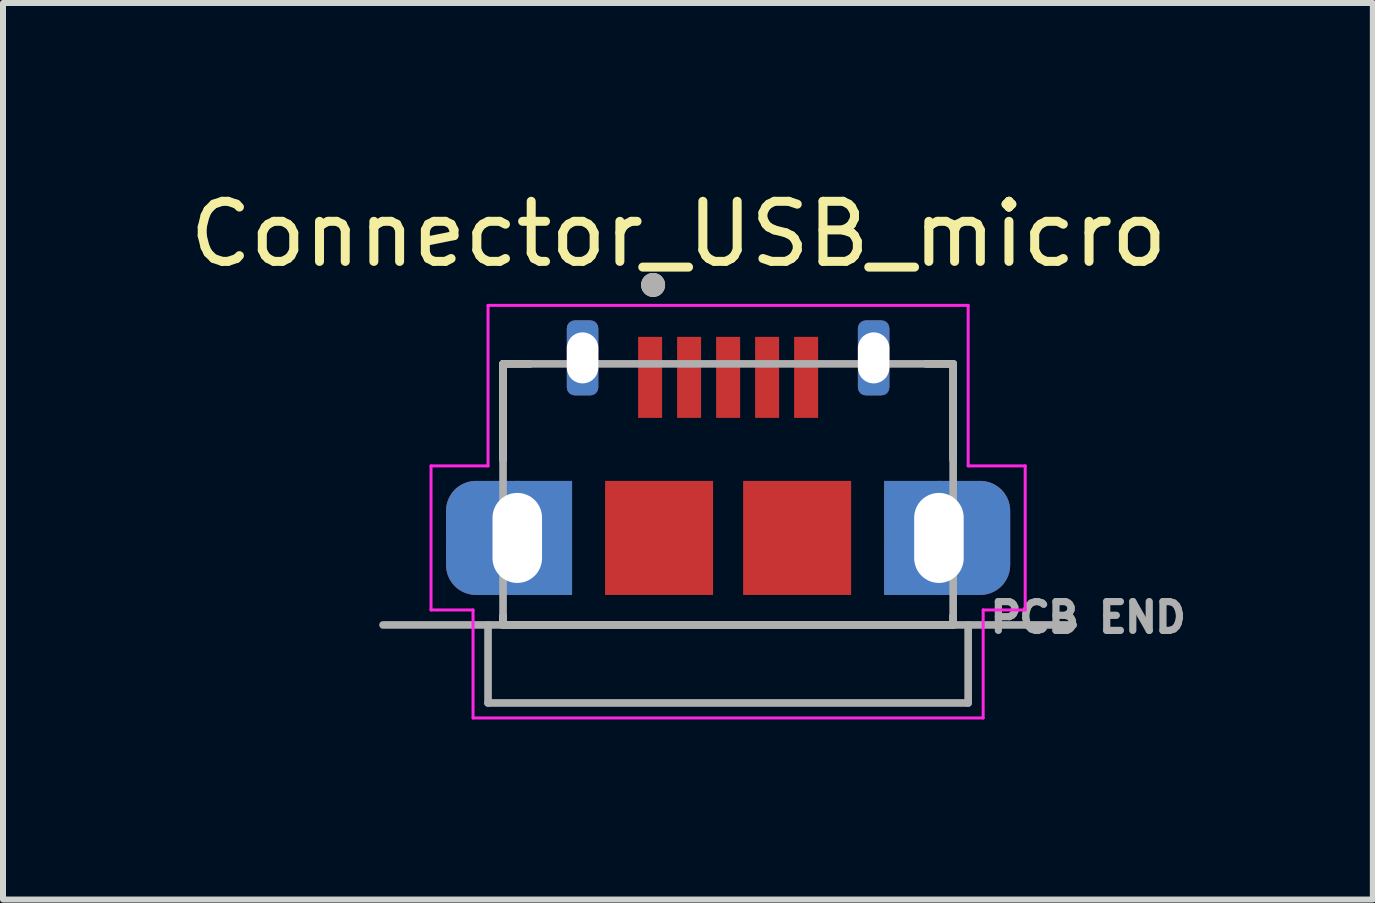
<source format=kicad_pcb>
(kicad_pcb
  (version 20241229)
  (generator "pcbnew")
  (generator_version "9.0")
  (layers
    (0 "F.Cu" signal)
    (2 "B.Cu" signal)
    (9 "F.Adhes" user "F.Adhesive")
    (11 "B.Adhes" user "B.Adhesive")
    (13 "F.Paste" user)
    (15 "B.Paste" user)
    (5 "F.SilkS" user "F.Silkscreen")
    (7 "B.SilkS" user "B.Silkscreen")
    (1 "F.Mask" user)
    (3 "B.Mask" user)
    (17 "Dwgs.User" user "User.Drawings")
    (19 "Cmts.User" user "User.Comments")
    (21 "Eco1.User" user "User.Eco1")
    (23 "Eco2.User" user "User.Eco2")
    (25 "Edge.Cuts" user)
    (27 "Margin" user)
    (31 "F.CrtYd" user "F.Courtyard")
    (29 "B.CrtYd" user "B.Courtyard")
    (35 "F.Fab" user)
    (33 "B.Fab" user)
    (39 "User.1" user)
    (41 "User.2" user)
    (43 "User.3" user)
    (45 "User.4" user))
  (footprint "Connector_USB_micro"
    (layer "F.Cu")
    (at 9.082 5.838)
    (property "Reference" "Connector_USB_micro" (at -0.826 -4.988 0) (layer "F.SilkS") (effects (font (size 1.001 1.001) (thickness 0.15))))
    (attr smd)
    (fp_poly (pts (xy -3.1 0.075) (xy -2.6 0.075) (xy -2.6 1.025) (xy -4.2 1.025) (xy -4.226 1.024) (xy -4.252 1.022) (xy -4.278 1.019) (xy -4.304 1.014) (xy -4.329 1.008) (xy -4.355 1.001) (xy -4.379 0.992) (xy -4.403 0.982) (xy -4.427 0.971) (xy -4.45 0.958) (xy -4.472 0.944) (xy -4.494 0.93) (xy -4.515 0.914) (xy -4.535 0.897) (xy -4.554 0.879) (xy -4.572 0.86) (xy -4.589 0.84) (xy -4.605 0.819) (xy -4.619 0.797) (xy -4.633 0.775) (xy -4.646 0.752) (xy -4.657 0.728) (xy -4.667 0.704) (xy -4.676 0.68) (xy -4.683 0.654) (xy -4.689 0.629) (xy -4.694 0.603) (xy -4.697 0.577) (xy -4.699 0.551) (xy -4.7 0.525) (xy -4.7 0.075) (xy -3.925 0.075) (xy -3.925 0.55) (xy -3.925 0.564) (xy -3.923 0.579) (xy -3.922 0.593) (xy -3.919 0.607) (xy -3.916 0.621) (xy -3.912 0.635) (xy -3.907 0.649) (xy -3.901 0.662) (xy -3.895 0.675) (xy -3.888 0.688) (xy -3.881 0.7) (xy -3.872 0.712) (xy -3.864 0.723) (xy -3.854 0.734) (xy -3.844 0.744) (xy -3.834 0.754) (xy -3.823 0.764) (xy -3.812 0.772) (xy -3.8 0.781) (xy -3.787 0.788) (xy -3.775 0.795) (xy -3.762 0.801) (xy -3.749 0.807) (xy -3.735 0.812) (xy -3.721 0.816) (xy -3.707 0.819) (xy -3.693 0.822) (xy -3.679 0.823) (xy -3.664 0.825) (xy -3.65 0.825) (xy -3.4 0.825) (xy -3.384 0.825) (xy -3.369 0.823) (xy -3.353 0.821) (xy -3.338 0.818) (xy -3.322 0.815) (xy -3.307 0.81) (xy -3.292 0.805) (xy -3.278 0.799) (xy -3.264 0.792) (xy -3.25 0.785) (xy -3.237 0.777) (xy -3.224 0.768) (xy -3.211 0.758) (xy -3.199 0.748) (xy -3.188 0.737) (xy -3.177 0.726) (xy -3.167 0.714) (xy -3.157 0.701) (xy -3.148 0.688) (xy -3.14 0.675) (xy -3.133 0.661) (xy -3.126 0.647) (xy -3.12 0.633) (xy -3.115 0.618) (xy -3.11 0.603) (xy -3.107 0.587) (xy -3.104 0.572) (xy -3.102 0.556) (xy -3.1 0.541) (xy -3.1 0.525) (xy -3.1 0.075)) (stroke (width 0.0001) (type solid)) (fill yes) (layer "F.Cu"))
    (fp_poly (pts (xy -2.6 -0.875) (xy -4.2 -0.875) (xy -4.226 -0.874) (xy -4.252 -0.872) (xy -4.278 -0.869) (xy -4.304 -0.864) (xy -4.329 -0.858) (xy -4.355 -0.851) (xy -4.379 -0.842) (xy -4.403 -0.832) (xy -4.427 -0.821) (xy -4.45 -0.808) (xy -4.472 -0.794) (xy -4.494 -0.78) (xy -4.515 -0.764) (xy -4.535 -0.747) (xy -4.554 -0.729) (xy -4.572 -0.71) (xy -4.589 -0.69) (xy -4.605 -0.669) (xy -4.619 -0.647) (xy -4.633 -0.625) (xy -4.646 -0.602) (xy -4.657 -0.578) (xy -4.667 -0.554) (xy -4.676 -0.53) (xy -4.683 -0.504) (xy -4.689 -0.479) (xy -4.694 -0.453) (xy -4.697 -0.427) (xy -4.699 -0.401) (xy -4.7 -0.375) (xy -4.7 0.075) (xy -3.925 0.075) (xy -3.925 -0.375) (xy -3.925 -0.391) (xy -3.923 -0.406) (xy -3.921 -0.422) (xy -3.918 -0.437) (xy -3.915 -0.453) (xy -3.91 -0.468) (xy -3.905 -0.483) (xy -3.899 -0.497) (xy -3.892 -0.511) (xy -3.885 -0.525) (xy -3.877 -0.538) (xy -3.868 -0.551) (xy -3.858 -0.564) (xy -3.848 -0.576) (xy -3.837 -0.587) (xy -3.826 -0.598) (xy -3.814 -0.608) (xy -3.801 -0.618) (xy -3.788 -0.627) (xy -3.775 -0.635) (xy -3.761 -0.642) (xy -3.747 -0.649) (xy -3.733 -0.655) (xy -3.718 -0.66) (xy -3.703 -0.665) (xy -3.687 -0.668) (xy -3.672 -0.671) (xy -3.656 -0.673) (xy -3.641 -0.675) (xy -3.625 -0.675) (xy -3.4 -0.675) (xy -3.384 -0.675) (xy -3.369 -0.673) (xy -3.353 -0.671) (xy -3.338 -0.668) (xy -3.322 -0.665) (xy -3.307 -0.66) (xy -3.292 -0.655) (xy -3.278 -0.649) (xy -3.264 -0.642) (xy -3.25 -0.635) (xy -3.237 -0.627) (xy -3.224 -0.618) (xy -3.211 -0.608) (xy -3.199 -0.598) (xy -3.188 -0.587) (xy -3.177 -0.576) (xy -3.167 -0.564) (xy -3.157 -0.551) (xy -3.148 -0.538) (xy -3.14 -0.525) (xy -3.133 -0.511) (xy -3.126 -0.497) (xy -3.12 -0.483) (xy -3.115 -0.468) (xy -3.11 -0.453) (xy -3.107 -0.437) (xy -3.104 -0.422) (xy -3.102 -0.406) (xy -3.1 -0.391) (xy -3.1 -0.375) (xy -3.1 0.075) (xy -2.6 0.075) (xy -2.6 -0.875)) (stroke (width 0.0001) (type solid)) (fill yes) (layer "F.Cu"))
    (fp_poly (pts (xy 2.6 1.025) (xy 4.2 1.025) (xy 4.226 1.024) (xy 4.252 1.022) (xy 4.278 1.019) (xy 4.304 1.014) (xy 4.329 1.008) (xy 4.355 1.001) (xy 4.379 0.992) (xy 4.403 0.982) (xy 4.427 0.971) (xy 4.45 0.958) (xy 4.472 0.944) (xy 4.494 0.93) (xy 4.515 0.914) (xy 4.535 0.897) (xy 4.554 0.879) (xy 4.572 0.86) (xy 4.589 0.84) (xy 4.605 0.819) (xy 4.619 0.797) (xy 4.633 0.775) (xy 4.646 0.752) (xy 4.657 0.728) (xy 4.667 0.704) (xy 4.676 0.68) (xy 4.683 0.654) (xy 4.689 0.629) (xy 4.694 0.603) (xy 4.697 0.577) (xy 4.699 0.551) (xy 4.7 0.525) (xy 4.7 0.075) (xy 3.925 0.075) (xy 3.925 0.525) (xy 3.925 0.541) (xy 3.923 0.556) (xy 3.921 0.572) (xy 3.918 0.587) (xy 3.915 0.603) (xy 3.91 0.618) (xy 3.905 0.633) (xy 3.899 0.647) (xy 3.892 0.661) (xy 3.885 0.675) (xy 3.877 0.688) (xy 3.868 0.701) (xy 3.858 0.714) (xy 3.848 0.726) (xy 3.837 0.737) (xy 3.826 0.748) (xy 3.814 0.758) (xy 3.801 0.768) (xy 3.788 0.777) (xy 3.775 0.785) (xy 3.761 0.792) (xy 3.747 0.799) (xy 3.733 0.805) (xy 3.718 0.81) (xy 3.703 0.815) (xy 3.687 0.818) (xy 3.672 0.821) (xy 3.656 0.823) (xy 3.641 0.825) (xy 3.625 0.825) (xy 3.4 0.825) (xy 3.384 0.825) (xy 3.369 0.823) (xy 3.353 0.821) (xy 3.338 0.818) (xy 3.322 0.815) (xy 3.307 0.81) (xy 3.292 0.805) (xy 3.278 0.799) (xy 3.264 0.792) (xy 3.25 0.785) (xy 3.237 0.777) (xy 3.224 0.768) (xy 3.211 0.758) (xy 3.199 0.748) (xy 3.188 0.737) (xy 3.177 0.726) (xy 3.167 0.714) (xy 3.157 0.701) (xy 3.148 0.688) (xy 3.14 0.675) (xy 3.133 0.661) (xy 3.126 0.647) (xy 3.12 0.633) (xy 3.115 0.618) (xy 3.11 0.603) (xy 3.107 0.587) (xy 3.104 0.572) (xy 3.102 0.556) (xy 3.1 0.541) (xy 3.1 0.525) (xy 3.1 0.075) (xy 2.6 0.075) (xy 2.6 1.025)) (stroke (width 0.0001) (type solid)) (fill yes) (layer "F.Cu"))
    (fp_poly (pts (xy 3.1 0.075) (xy 2.6 0.075) (xy 2.6 -0.875) (xy 4.2 -0.875) (xy 4.226 -0.874) (xy 4.252 -0.872) (xy 4.278 -0.869) (xy 4.304 -0.864) (xy 4.329 -0.858) (xy 4.355 -0.851) (xy 4.379 -0.842) (xy 4.403 -0.832) (xy 4.427 -0.821) (xy 4.45 -0.808) (xy 4.472 -0.794) (xy 4.494 -0.78) (xy 4.515 -0.764) (xy 4.535 -0.747) (xy 4.554 -0.729) (xy 4.572 -0.71) (xy 4.589 -0.69) (xy 4.605 -0.669) (xy 4.619 -0.647) (xy 4.633 -0.625) (xy 4.646 -0.602) (xy 4.657 -0.578) (xy 4.667 -0.554) (xy 4.676 -0.53) (xy 4.683 -0.504) (xy 4.689 -0.479) (xy 4.694 -0.453) (xy 4.697 -0.427) (xy 4.699 -0.401) (xy 4.7 -0.375) (xy 4.7 0.075) (xy 3.925 0.075) (xy 3.925 -0.4) (xy 3.925 -0.414) (xy 3.923 -0.429) (xy 3.922 -0.443) (xy 3.919 -0.457) (xy 3.916 -0.471) (xy 3.912 -0.485) (xy 3.907 -0.499) (xy 3.901 -0.512) (xy 3.895 -0.525) (xy 3.888 -0.538) (xy 3.881 -0.55) (xy 3.872 -0.562) (xy 3.864 -0.573) (xy 3.854 -0.584) (xy 3.844 -0.594) (xy 3.834 -0.604) (xy 3.823 -0.614) (xy 3.812 -0.622) (xy 3.8 -0.631) (xy 3.787 -0.638) (xy 3.775 -0.645) (xy 3.762 -0.651) (xy 3.749 -0.657) (xy 3.735 -0.662) (xy 3.721 -0.666) (xy 3.707 -0.669) (xy 3.693 -0.672) (xy 3.679 -0.673) (xy 3.664 -0.675) (xy 3.65 -0.675) (xy 3.4 -0.675) (xy 3.384 -0.675) (xy 3.369 -0.673) (xy 3.353 -0.671) (xy 3.338 -0.668) (xy 3.322 -0.665) (xy 3.307 -0.66) (xy 3.292 -0.655) (xy 3.278 -0.649) (xy 3.264 -0.642) (xy 3.25 -0.635) (xy 3.237 -0.627) (xy 3.224 -0.618) (xy 3.211 -0.608) (xy 3.199 -0.598) (xy 3.188 -0.587) (xy 3.177 -0.576) (xy 3.167 -0.564) (xy 3.157 -0.551) (xy 3.148 -0.538) (xy 3.14 -0.525) (xy 3.133 -0.511) (xy 3.126 -0.497) (xy 3.12 -0.483) (xy 3.115 -0.468) (xy 3.11 -0.453) (xy 3.107 -0.437) (xy 3.104 -0.422) (xy 3.102 -0.406) (xy 3.1 -0.391) (xy 3.1 -0.375) (xy 3.1 0.075)) (stroke (width 0.0001) (type solid)) (fill yes) (layer "F.Cu"))
    (fp_poly (pts (xy -4.801 -0.975) (xy -2.5 -0.975) (xy -2.5 1.126) (xy -4.801 1.126)) (stroke (width 0.01) (type solid)) (fill yes) (layer "F.Mask"))
    (fp_poly (pts (xy 2.502 -0.975) (xy 4.8 -0.975) (xy 4.8 1.128) (xy 2.502 1.128)) (stroke (width 0.01) (type solid)) (fill yes) (layer "F.Mask"))
    (fp_poly (pts (xy -3.1 0.075) (xy -2.6 0.075) (xy -2.6 1.025) (xy -4.2 1.025) (xy -4.226 1.024) (xy -4.252 1.022) (xy -4.278 1.019) (xy -4.304 1.014) (xy -4.329 1.008) (xy -4.355 1.001) (xy -4.379 0.992) (xy -4.403 0.982) (xy -4.427 0.971) (xy -4.45 0.958) (xy -4.472 0.944) (xy -4.494 0.93) (xy -4.515 0.914) (xy -4.535 0.897) (xy -4.554 0.879) (xy -4.572 0.86) (xy -4.589 0.84) (xy -4.605 0.819) (xy -4.619 0.797) (xy -4.633 0.775) (xy -4.646 0.752) (xy -4.657 0.728) (xy -4.667 0.704) (xy -4.676 0.68) (xy -4.683 0.654) (xy -4.689 0.629) (xy -4.694 0.603) (xy -4.697 0.577) (xy -4.699 0.551) (xy -4.7 0.525) (xy -4.7 0.075) (xy -3.925 0.075) (xy -3.925 0.55) (xy -3.925 0.564) (xy -3.923 0.579) (xy -3.922 0.593) (xy -3.919 0.607) (xy -3.916 0.621) (xy -3.912 0.635) (xy -3.907 0.649) (xy -3.901 0.662) (xy -3.895 0.675) (xy -3.888 0.688) (xy -3.881 0.7) (xy -3.872 0.712) (xy -3.864 0.723) (xy -3.854 0.734) (xy -3.844 0.744) (xy -3.834 0.754) (xy -3.823 0.764) (xy -3.812 0.772) (xy -3.8 0.781) (xy -3.787 0.788) (xy -3.775 0.795) (xy -3.762 0.801) (xy -3.749 0.807) (xy -3.735 0.812) (xy -3.721 0.816) (xy -3.707 0.819) (xy -3.693 0.822) (xy -3.679 0.823) (xy -3.664 0.825) (xy -3.65 0.825) (xy -3.4 0.825) (xy -3.384 0.825) (xy -3.369 0.823) (xy -3.353 0.821) (xy -3.338 0.818) (xy -3.322 0.815) (xy -3.307 0.81) (xy -3.292 0.805) (xy -3.278 0.799) (xy -3.264 0.792) (xy -3.25 0.785) (xy -3.237 0.777) (xy -3.224 0.768) (xy -3.211 0.758) (xy -3.199 0.748) (xy -3.188 0.737) (xy -3.177 0.726) (xy -3.167 0.714) (xy -3.157 0.701) (xy -3.148 0.688) (xy -3.14 0.675) (xy -3.133 0.661) (xy -3.126 0.647) (xy -3.12 0.633) (xy -3.115 0.618) (xy -3.11 0.603) (xy -3.107 0.587) (xy -3.104 0.572) (xy -3.102 0.556) (xy -3.1 0.541) (xy -3.1 0.525) (xy -3.1 0.075)) (stroke (width 0.0001) (type solid)) (fill yes) (layer "B.Cu"))
    (fp_poly (pts (xy -2.6 -0.875) (xy -4.2 -0.875) (xy -4.226 -0.874) (xy -4.252 -0.872) (xy -4.278 -0.869) (xy -4.304 -0.864) (xy -4.329 -0.858) (xy -4.355 -0.851) (xy -4.379 -0.842) (xy -4.403 -0.832) (xy -4.427 -0.821) (xy -4.45 -0.808) (xy -4.472 -0.794) (xy -4.494 -0.78) (xy -4.515 -0.764) (xy -4.535 -0.747) (xy -4.554 -0.729) (xy -4.572 -0.71) (xy -4.589 -0.69) (xy -4.605 -0.669) (xy -4.619 -0.647) (xy -4.633 -0.625) (xy -4.646 -0.602) (xy -4.657 -0.578) (xy -4.667 -0.554) (xy -4.676 -0.53) (xy -4.683 -0.504) (xy -4.689 -0.479) (xy -4.694 -0.453) (xy -4.697 -0.427) (xy -4.699 -0.401) (xy -4.7 -0.375) (xy -4.7 0.075) (xy -3.925 0.075) (xy -3.925 -0.375) (xy -3.925 -0.391) (xy -3.923 -0.406) (xy -3.921 -0.422) (xy -3.918 -0.437) (xy -3.915 -0.453) (xy -3.91 -0.468) (xy -3.905 -0.483) (xy -3.899 -0.497) (xy -3.892 -0.511) (xy -3.885 -0.525) (xy -3.877 -0.538) (xy -3.868 -0.551) (xy -3.858 -0.564) (xy -3.848 -0.576) (xy -3.837 -0.587) (xy -3.826 -0.598) (xy -3.814 -0.608) (xy -3.801 -0.618) (xy -3.788 -0.627) (xy -3.775 -0.635) (xy -3.761 -0.642) (xy -3.747 -0.649) (xy -3.733 -0.655) (xy -3.718 -0.66) (xy -3.703 -0.665) (xy -3.687 -0.668) (xy -3.672 -0.671) (xy -3.656 -0.673) (xy -3.641 -0.675) (xy -3.625 -0.675) (xy -3.4 -0.675) (xy -3.384 -0.675) (xy -3.369 -0.673) (xy -3.353 -0.671) (xy -3.338 -0.668) (xy -3.322 -0.665) (xy -3.307 -0.66) (xy -3.292 -0.655) (xy -3.278 -0.649) (xy -3.264 -0.642) (xy -3.25 -0.635) (xy -3.237 -0.627) (xy -3.224 -0.618) (xy -3.211 -0.608) (xy -3.199 -0.598) (xy -3.188 -0.587) (xy -3.177 -0.576) (xy -3.167 -0.564) (xy -3.157 -0.551) (xy -3.148 -0.538) (xy -3.14 -0.525) (xy -3.133 -0.511) (xy -3.126 -0.497) (xy -3.12 -0.483) (xy -3.115 -0.468) (xy -3.11 -0.453) (xy -3.107 -0.437) (xy -3.104 -0.422) (xy -3.102 -0.406) (xy -3.1 -0.391) (xy -3.1 -0.375) (xy -3.1 0.075) (xy -2.6 0.075) (xy -2.6 -0.875)) (stroke (width 0.0001) (type solid)) (fill yes) (layer "B.Cu"))
    (fp_poly (pts (xy 2.6 1.025) (xy 4.2 1.025) (xy 4.226 1.024) (xy 4.252 1.022) (xy 4.278 1.019) (xy 4.304 1.014) (xy 4.329 1.008) (xy 4.355 1.001) (xy 4.379 0.992) (xy 4.403 0.982) (xy 4.427 0.971) (xy 4.45 0.958) (xy 4.472 0.944) (xy 4.494 0.93) (xy 4.515 0.914) (xy 4.535 0.897) (xy 4.554 0.879) (xy 4.572 0.86) (xy 4.589 0.84) (xy 4.605 0.819) (xy 4.619 0.797) (xy 4.633 0.775) (xy 4.646 0.752) (xy 4.657 0.728) (xy 4.667 0.704) (xy 4.676 0.68) (xy 4.683 0.654) (xy 4.689 0.629) (xy 4.694 0.603) (xy 4.697 0.577) (xy 4.699 0.551) (xy 4.7 0.525) (xy 4.7 0.075) (xy 3.925 0.075) (xy 3.925 0.525) (xy 3.925 0.541) (xy 3.923 0.556) (xy 3.921 0.572) (xy 3.918 0.587) (xy 3.915 0.603) (xy 3.91 0.618) (xy 3.905 0.633) (xy 3.899 0.647) (xy 3.892 0.661) (xy 3.885 0.675) (xy 3.877 0.688) (xy 3.868 0.701) (xy 3.858 0.714) (xy 3.848 0.726) (xy 3.837 0.737) (xy 3.826 0.748) (xy 3.814 0.758) (xy 3.801 0.768) (xy 3.788 0.777) (xy 3.775 0.785) (xy 3.761 0.792) (xy 3.747 0.799) (xy 3.733 0.805) (xy 3.718 0.81) (xy 3.703 0.815) (xy 3.687 0.818) (xy 3.672 0.821) (xy 3.656 0.823) (xy 3.641 0.825) (xy 3.625 0.825) (xy 3.4 0.825) (xy 3.384 0.825) (xy 3.369 0.823) (xy 3.353 0.821) (xy 3.338 0.818) (xy 3.322 0.815) (xy 3.307 0.81) (xy 3.292 0.805) (xy 3.278 0.799) (xy 3.264 0.792) (xy 3.25 0.785) (xy 3.237 0.777) (xy 3.224 0.768) (xy 3.211 0.758) (xy 3.199 0.748) (xy 3.188 0.737) (xy 3.177 0.726) (xy 3.167 0.714) (xy 3.157 0.701) (xy 3.148 0.688) (xy 3.14 0.675) (xy 3.133 0.661) (xy 3.126 0.647) (xy 3.12 0.633) (xy 3.115 0.618) (xy 3.11 0.603) (xy 3.107 0.587) (xy 3.104 0.572) (xy 3.102 0.556) (xy 3.1 0.541) (xy 3.1 0.525) (xy 3.1 0.075) (xy 2.6 0.075) (xy 2.6 1.025)) (stroke (width 0.0001) (type solid)) (fill yes) (layer "B.Cu"))
    (fp_poly (pts (xy 3.1 0.075) (xy 2.6 0.075) (xy 2.6 -0.875) (xy 4.2 -0.875) (xy 4.226 -0.874) (xy 4.252 -0.872) (xy 4.278 -0.869) (xy 4.304 -0.864) (xy 4.329 -0.858) (xy 4.355 -0.851) (xy 4.379 -0.842) (xy 4.403 -0.832) (xy 4.427 -0.821) (xy 4.45 -0.808) (xy 4.472 -0.794) (xy 4.494 -0.78) (xy 4.515 -0.764) (xy 4.535 -0.747) (xy 4.554 -0.729) (xy 4.572 -0.71) (xy 4.589 -0.69) (xy 4.605 -0.669) (xy 4.619 -0.647) (xy 4.633 -0.625) (xy 4.646 -0.602) (xy 4.657 -0.578) (xy 4.667 -0.554) (xy 4.676 -0.53) (xy 4.683 -0.504) (xy 4.689 -0.479) (xy 4.694 -0.453) (xy 4.697 -0.427) (xy 4.699 -0.401) (xy 4.7 -0.375) (xy 4.7 0.075) (xy 3.925 0.075) (xy 3.925 -0.4) (xy 3.925 -0.414) (xy 3.923 -0.429) (xy 3.922 -0.443) (xy 3.919 -0.457) (xy 3.916 -0.471) (xy 3.912 -0.485) (xy 3.907 -0.499) (xy 3.901 -0.512) (xy 3.895 -0.525) (xy 3.888 -0.538) (xy 3.881 -0.55) (xy 3.872 -0.562) (xy 3.864 -0.573) (xy 3.854 -0.584) (xy 3.844 -0.594) (xy 3.834 -0.604) (xy 3.823 -0.614) (xy 3.812 -0.622) (xy 3.8 -0.631) (xy 3.787 -0.638) (xy 3.775 -0.645) (xy 3.762 -0.651) (xy 3.749 -0.657) (xy 3.735 -0.662) (xy 3.721 -0.666) (xy 3.707 -0.669) (xy 3.693 -0.672) (xy 3.679 -0.673) (xy 3.664 -0.675) (xy 3.65 -0.675) (xy 3.4 -0.675) (xy 3.384 -0.675) (xy 3.369 -0.673) (xy 3.353 -0.671) (xy 3.338 -0.668) (xy 3.322 -0.665) (xy 3.307 -0.66) (xy 3.292 -0.655) (xy 3.278 -0.649) (xy 3.264 -0.642) (xy 3.25 -0.635) (xy 3.237 -0.627) (xy 3.224 -0.618) (xy 3.211 -0.608) (xy 3.199 -0.598) (xy 3.188 -0.587) (xy 3.177 -0.576) (xy 3.167 -0.564) (xy 3.157 -0.551) (xy 3.148 -0.538) (xy 3.14 -0.525) (xy 3.133 -0.511) (xy 3.126 -0.497) (xy 3.12 -0.483) (xy 3.115 -0.468) (xy 3.11 -0.453) (xy 3.107 -0.437) (xy 3.104 -0.422) (xy 3.102 -0.406) (xy 3.1 -0.391) (xy 3.1 -0.375) (xy 3.1 0.075)) (stroke (width 0.0001) (type solid)) (fill yes) (layer "B.Cu"))
    (fp_poly (pts (xy -4.801 -0.975) (xy -2.5 -0.975) (xy -2.5 1.126) (xy -4.801 1.126)) (stroke (width 0.01) (type solid)) (fill yes) (layer "B.Mask"))
    (fp_poly (pts (xy 2.502 -0.975) (xy 4.8 -0.975) (xy 4.8 1.128) (xy 2.502 1.128)) (stroke (width 0.01) (type solid)) (fill yes) (layer "B.Mask"))
    (fp_line (start -3.75 -2.825) (end -3.3 -2.825) (stroke (width 0.127) (type solid)) (layer "F.SilkS"))
    (fp_line (start -3.75 -1.225) (end -3.75 -2.825) (stroke (width 0.127) (type solid)) (layer "F.SilkS"))
    (fp_line (start -3.75 1.525) (end -3.75 1.375) (stroke (width 0.127) (type solid)) (layer "F.SilkS"))
    (fp_line (start -3.75 1.525) (end 3.75 1.525) (stroke (width 0.127) (type solid)) (layer "F.SilkS"))
    (fp_line (start 3.3 -2.825) (end 3.75 -2.825) (stroke (width 0.127) (type solid)) (layer "F.SilkS"))
    (fp_line (start 3.75 -2.825) (end 3.75 -1.225) (stroke (width 0.127) (type solid)) (layer "F.SilkS"))
    (fp_line (start 3.75 1.525) (end 3.75 1.375) (stroke (width 0.127) (type solid)) (layer "F.SilkS"))
    (fp_circle (center -1.25 -4.14) (end -1.15 -4.14) (stroke (width 0.2) (type solid)) (fill no) (layer "F.SilkS"))
    (fp_poly (pts (xy -3.1 0.075) (xy -2.6 0.075) (xy -2.6 1.025) (xy -4.2 1.025) (xy -4.226 1.024) (xy -4.252 1.022) (xy -4.278 1.019) (xy -4.304 1.014) (xy -4.329 1.008) (xy -4.355 1.001) (xy -4.379 0.992) (xy -4.403 0.982) (xy -4.427 0.971) (xy -4.45 0.958) (xy -4.472 0.944) (xy -4.494 0.93) (xy -4.515 0.914) (xy -4.535 0.897) (xy -4.554 0.879) (xy -4.572 0.86) (xy -4.589 0.84) (xy -4.605 0.819) (xy -4.619 0.797) (xy -4.633 0.775) (xy -4.646 0.752) (xy -4.657 0.728) (xy -4.667 0.704) (xy -4.676 0.68) (xy -4.683 0.654) (xy -4.689 0.629) (xy -4.694 0.603) (xy -4.697 0.577) (xy -4.699 0.551) (xy -4.7 0.525) (xy -4.7 0.075) (xy -3.925 0.075) (xy -3.925 0.55) (xy -3.925 0.564) (xy -3.923 0.579) (xy -3.922 0.593) (xy -3.919 0.607) (xy -3.916 0.621) (xy -3.912 0.635) (xy -3.907 0.649) (xy -3.901 0.662) (xy -3.895 0.675) (xy -3.888 0.688) (xy -3.881 0.7) (xy -3.872 0.712) (xy -3.864 0.723) (xy -3.854 0.734) (xy -3.844 0.744) (xy -3.834 0.754) (xy -3.823 0.764) (xy -3.812 0.772) (xy -3.8 0.781) (xy -3.787 0.788) (xy -3.775 0.795) (xy -3.762 0.801) (xy -3.749 0.807) (xy -3.735 0.812) (xy -3.721 0.816) (xy -3.707 0.819) (xy -3.693 0.822) (xy -3.679 0.823) (xy -3.664 0.825) (xy -3.65 0.825) (xy -3.4 0.825) (xy -3.384 0.825) (xy -3.369 0.823) (xy -3.353 0.821) (xy -3.338 0.818) (xy -3.322 0.815) (xy -3.307 0.81) (xy -3.292 0.805) (xy -3.278 0.799) (xy -3.264 0.792) (xy -3.25 0.785) (xy -3.237 0.777) (xy -3.224 0.768) (xy -3.211 0.758) (xy -3.199 0.748) (xy -3.188 0.737) (xy -3.177 0.726) (xy -3.167 0.714) (xy -3.157 0.701) (xy -3.148 0.688) (xy -3.14 0.675) (xy -3.133 0.661) (xy -3.126 0.647) (xy -3.12 0.633) (xy -3.115 0.618) (xy -3.11 0.603) (xy -3.107 0.587) (xy -3.104 0.572) (xy -3.102 0.556) (xy -3.1 0.541) (xy -3.1 0.525) (xy -3.1 0.075)) (stroke (width 0.0001) (type solid)) (fill yes) (layer "F.Paste"))
    (fp_poly (pts (xy -2.6 -0.875) (xy -4.2 -0.875) (xy -4.226 -0.874) (xy -4.252 -0.872) (xy -4.278 -0.869) (xy -4.304 -0.864) (xy -4.329 -0.858) (xy -4.355 -0.851) (xy -4.379 -0.842) (xy -4.403 -0.832) (xy -4.427 -0.821) (xy -4.45 -0.808) (xy -4.472 -0.794) (xy -4.494 -0.78) (xy -4.515 -0.764) (xy -4.535 -0.747) (xy -4.554 -0.729) (xy -4.572 -0.71) (xy -4.589 -0.69) (xy -4.605 -0.669) (xy -4.619 -0.647) (xy -4.633 -0.625) (xy -4.646 -0.602) (xy -4.657 -0.578) (xy -4.667 -0.554) (xy -4.676 -0.53) (xy -4.683 -0.504) (xy -4.689 -0.479) (xy -4.694 -0.453) (xy -4.697 -0.427) (xy -4.699 -0.401) (xy -4.7 -0.375) (xy -4.7 0.075) (xy -3.925 0.075) (xy -3.925 -0.375) (xy -3.925 -0.391) (xy -3.923 -0.406) (xy -3.921 -0.422) (xy -3.918 -0.437) (xy -3.915 -0.453) (xy -3.91 -0.468) (xy -3.905 -0.483) (xy -3.899 -0.497) (xy -3.892 -0.511) (xy -3.885 -0.525) (xy -3.877 -0.538) (xy -3.868 -0.551) (xy -3.858 -0.564) (xy -3.848 -0.576) (xy -3.837 -0.587) (xy -3.826 -0.598) (xy -3.814 -0.608) (xy -3.801 -0.618) (xy -3.788 -0.627) (xy -3.775 -0.635) (xy -3.761 -0.642) (xy -3.747 -0.649) (xy -3.733 -0.655) (xy -3.718 -0.66) (xy -3.703 -0.665) (xy -3.687 -0.668) (xy -3.672 -0.671) (xy -3.656 -0.673) (xy -3.641 -0.675) (xy -3.625 -0.675) (xy -3.4 -0.675) (xy -3.384 -0.675) (xy -3.369 -0.673) (xy -3.353 -0.671) (xy -3.338 -0.668) (xy -3.322 -0.665) (xy -3.307 -0.66) (xy -3.292 -0.655) (xy -3.278 -0.649) (xy -3.264 -0.642) (xy -3.25 -0.635) (xy -3.237 -0.627) (xy -3.224 -0.618) (xy -3.211 -0.608) (xy -3.199 -0.598) (xy -3.188 -0.587) (xy -3.177 -0.576) (xy -3.167 -0.564) (xy -3.157 -0.551) (xy -3.148 -0.538) (xy -3.14 -0.525) (xy -3.133 -0.511) (xy -3.126 -0.497) (xy -3.12 -0.483) (xy -3.115 -0.468) (xy -3.11 -0.453) (xy -3.107 -0.437) (xy -3.104 -0.422) (xy -3.102 -0.406) (xy -3.1 -0.391) (xy -3.1 -0.375) (xy -3.1 0.075) (xy -2.6 0.075) (xy -2.6 -0.875)) (stroke (width 0.0001) (type solid)) (fill yes) (layer "F.Paste"))
    (fp_poly (pts (xy 2.6 1.025) (xy 4.2 1.025) (xy 4.226 1.024) (xy 4.252 1.022) (xy 4.278 1.019) (xy 4.304 1.014) (xy 4.329 1.008) (xy 4.355 1.001) (xy 4.379 0.992) (xy 4.403 0.982) (xy 4.427 0.971) (xy 4.45 0.958) (xy 4.472 0.944) (xy 4.494 0.93) (xy 4.515 0.914) (xy 4.535 0.897) (xy 4.554 0.879) (xy 4.572 0.86) (xy 4.589 0.84) (xy 4.605 0.819) (xy 4.619 0.797) (xy 4.633 0.775) (xy 4.646 0.752) (xy 4.657 0.728) (xy 4.667 0.704) (xy 4.676 0.68) (xy 4.683 0.654) (xy 4.689 0.629) (xy 4.694 0.603) (xy 4.697 0.577) (xy 4.699 0.551) (xy 4.7 0.525) (xy 4.7 0.075) (xy 3.925 0.075) (xy 3.925 0.525) (xy 3.925 0.541) (xy 3.923 0.556) (xy 3.921 0.572) (xy 3.918 0.587) (xy 3.915 0.603) (xy 3.91 0.618) (xy 3.905 0.633) (xy 3.899 0.647) (xy 3.892 0.661) (xy 3.885 0.675) (xy 3.877 0.688) (xy 3.868 0.701) (xy 3.858 0.714) (xy 3.848 0.726) (xy 3.837 0.737) (xy 3.826 0.748) (xy 3.814 0.758) (xy 3.801 0.768) (xy 3.788 0.777) (xy 3.775 0.785) (xy 3.761 0.792) (xy 3.747 0.799) (xy 3.733 0.805) (xy 3.718 0.81) (xy 3.703 0.815) (xy 3.687 0.818) (xy 3.672 0.821) (xy 3.656 0.823) (xy 3.641 0.825) (xy 3.625 0.825) (xy 3.4 0.825) (xy 3.384 0.825) (xy 3.369 0.823) (xy 3.353 0.821) (xy 3.338 0.818) (xy 3.322 0.815) (xy 3.307 0.81) (xy 3.292 0.805) (xy 3.278 0.799) (xy 3.264 0.792) (xy 3.25 0.785) (xy 3.237 0.777) (xy 3.224 0.768) (xy 3.211 0.758) (xy 3.199 0.748) (xy 3.188 0.737) (xy 3.177 0.726) (xy 3.167 0.714) (xy 3.157 0.701) (xy 3.148 0.688) (xy 3.14 0.675) (xy 3.133 0.661) (xy 3.126 0.647) (xy 3.12 0.633) (xy 3.115 0.618) (xy 3.11 0.603) (xy 3.107 0.587) (xy 3.104 0.572) (xy 3.102 0.556) (xy 3.1 0.541) (xy 3.1 0.525) (xy 3.1 0.075) (xy 2.6 0.075) (xy 2.6 1.025)) (stroke (width 0.0001) (type solid)) (fill yes) (layer "F.Paste"))
    (fp_poly (pts (xy 3.1 0.075) (xy 2.6 0.075) (xy 2.6 -0.875) (xy 4.2 -0.875) (xy 4.226 -0.874) (xy 4.252 -0.872) (xy 4.278 -0.869) (xy 4.304 -0.864) (xy 4.329 -0.858) (xy 4.355 -0.851) (xy 4.379 -0.842) (xy 4.403 -0.832) (xy 4.427 -0.821) (xy 4.45 -0.808) (xy 4.472 -0.794) (xy 4.494 -0.78) (xy 4.515 -0.764) (xy 4.535 -0.747) (xy 4.554 -0.729) (xy 4.572 -0.71) (xy 4.589 -0.69) (xy 4.605 -0.669) (xy 4.619 -0.647) (xy 4.633 -0.625) (xy 4.646 -0.602) (xy 4.657 -0.578) (xy 4.667 -0.554) (xy 4.676 -0.53) (xy 4.683 -0.504) (xy 4.689 -0.479) (xy 4.694 -0.453) (xy 4.697 -0.427) (xy 4.699 -0.401) (xy 4.7 -0.375) (xy 4.7 0.075) (xy 3.925 0.075) (xy 3.925 -0.4) (xy 3.925 -0.414) (xy 3.923 -0.429) (xy 3.922 -0.443) (xy 3.919 -0.457) (xy 3.916 -0.471) (xy 3.912 -0.485) (xy 3.907 -0.499) (xy 3.901 -0.512) (xy 3.895 -0.525) (xy 3.888 -0.538) (xy 3.881 -0.55) (xy 3.872 -0.562) (xy 3.864 -0.573) (xy 3.854 -0.584) (xy 3.844 -0.594) (xy 3.834 -0.604) (xy 3.823 -0.614) (xy 3.812 -0.622) (xy 3.8 -0.631) (xy 3.787 -0.638) (xy 3.775 -0.645) (xy 3.762 -0.651) (xy 3.749 -0.657) (xy 3.735 -0.662) (xy 3.721 -0.666) (xy 3.707 -0.669) (xy 3.693 -0.672) (xy 3.679 -0.673) (xy 3.664 -0.675) (xy 3.65 -0.675) (xy 3.4 -0.675) (xy 3.384 -0.675) (xy 3.369 -0.673) (xy 3.353 -0.671) (xy 3.338 -0.668) (xy 3.322 -0.665) (xy 3.307 -0.66) (xy 3.292 -0.655) (xy 3.278 -0.649) (xy 3.264 -0.642) (xy 3.25 -0.635) (xy 3.237 -0.627) (xy 3.224 -0.618) (xy 3.211 -0.608) (xy 3.199 -0.598) (xy 3.188 -0.587) (xy 3.177 -0.576) (xy 3.167 -0.564) (xy 3.157 -0.551) (xy 3.148 -0.538) (xy 3.14 -0.525) (xy 3.133 -0.511) (xy 3.126 -0.497) (xy 3.12 -0.483) (xy 3.115 -0.468) (xy 3.11 -0.453) (xy 3.107 -0.437) (xy 3.104 -0.422) (xy 3.102 -0.406) (xy 3.1 -0.391) (xy 3.1 -0.375) (xy 3.1 0.075)) (stroke (width 0.0001) (type solid)) (fill yes) (layer "F.Paste"))
    (fp_poly (pts (xy -2.425 -3.35) (xy -2.425 -3.55) (xy -2.398 -3.549) (xy -2.37 -3.547) (xy -2.343 -3.544) (xy -2.316 -3.539) (xy -2.289 -3.532) (xy -2.263 -3.524) (xy -2.237 -3.515) (xy -2.211 -3.505) (xy -2.187 -3.493) (xy -2.162 -3.48) (xy -2.139 -3.465) (xy -2.116 -3.45) (xy -2.095 -3.433) (xy -2.074 -3.415) (xy -2.054 -3.396) (xy -2.035 -3.376) (xy -2.017 -3.355) (xy -2 -3.334) (xy -1.985 -3.311) (xy -1.97 -3.287) (xy -1.957 -3.263) (xy -1.945 -3.239) (xy -1.935 -3.213) (xy -1.926 -3.187) (xy -1.918 -3.161) (xy -1.911 -3.134) (xy -1.906 -3.107) (xy -1.903 -3.08) (xy -1.901 -3.052) (xy -1.9 -3.025) (xy -1.9 -2.825) (xy -1.901 -2.798) (xy -1.903 -2.77) (xy -1.906 -2.743) (xy -1.911 -2.716) (xy -1.918 -2.689) (xy -1.926 -2.663) (xy -1.935 -2.637) (xy -1.945 -2.611) (xy -1.957 -2.587) (xy -1.97 -2.562) (xy -1.985 -2.539) (xy -2 -2.516) (xy -2.017 -2.495) (xy -2.035 -2.474) (xy -2.054 -2.454) (xy -2.074 -2.435) (xy -2.095 -2.417) (xy -2.116 -2.4) (xy -2.139 -2.385) (xy -2.162 -2.37) (xy -2.187 -2.357) (xy -2.211 -2.345) (xy -2.237 -2.335) (xy -2.263 -2.326) (xy -2.289 -2.318) (xy -2.316 -2.311) (xy -2.343 -2.306) (xy -2.37 -2.303) (xy -2.398 -2.301) (xy -2.425 -2.3) (xy -2.425 -2.5) (xy -2.408 -2.5) (xy -2.391 -2.502) (xy -2.374 -2.504) (xy -2.357 -2.507) (xy -2.341 -2.511) (xy -2.325 -2.516) (xy -2.309 -2.522) (xy -2.293 -2.528) (xy -2.277 -2.535) (xy -2.263 -2.544) (xy -2.248 -2.552) (xy -2.234 -2.562) (xy -2.22 -2.572) (xy -2.208 -2.583) (xy -2.195 -2.595) (xy -2.183 -2.608) (xy -2.172 -2.62) (xy -2.162 -2.634) (xy -2.152 -2.648) (xy -2.144 -2.663) (xy -2.135 -2.677) (xy -2.128 -2.693) (xy -2.122 -2.709) (xy -2.116 -2.725) (xy -2.111 -2.741) (xy -2.107 -2.757) (xy -2.104 -2.774) (xy -2.102 -2.791) (xy -2.1 -2.808) (xy -2.1 -2.825) (xy -2.1 -3.025) (xy -2.1 -3.042) (xy -2.102 -3.059) (xy -2.104 -3.076) (xy -2.107 -3.093) (xy -2.111 -3.109) (xy -2.116 -3.125) (xy -2.122 -3.141) (xy -2.128 -3.157) (xy -2.135 -3.173) (xy -2.144 -3.188) (xy -2.152 -3.202) (xy -2.162 -3.216) (xy -2.172 -3.23) (xy -2.183 -3.242) (xy -2.195 -3.255) (xy -2.208 -3.267) (xy -2.22 -3.278) (xy -2.234 -3.288) (xy -2.248 -3.298) (xy -2.263 -3.306) (xy -2.277 -3.315) (xy -2.293 -3.322) (xy -2.309 -3.328) (xy -2.325 -3.334) (xy -2.341 -3.339) (xy -2.357 -3.343) (xy -2.374 -3.346) (xy -2.391 -3.348) (xy -2.408 -3.35) (xy -2.425 -3.35)) (stroke (width 0.0001) (type solid)) (fill yes) (layer "F.Paste"))
    (fp_poly (pts (xy -2.425 -2.5) (xy -2.425 -2.3) (xy -2.452 -2.301) (xy -2.48 -2.303) (xy -2.507 -2.306) (xy -2.534 -2.311) (xy -2.561 -2.318) (xy -2.587 -2.326) (xy -2.613 -2.335) (xy -2.639 -2.345) (xy -2.663 -2.357) (xy -2.688 -2.37) (xy -2.711 -2.385) (xy -2.734 -2.4) (xy -2.755 -2.417) (xy -2.776 -2.435) (xy -2.796 -2.454) (xy -2.815 -2.474) (xy -2.833 -2.495) (xy -2.85 -2.516) (xy -2.865 -2.539) (xy -2.88 -2.563) (xy -2.893 -2.587) (xy -2.905 -2.611) (xy -2.915 -2.637) (xy -2.924 -2.663) (xy -2.932 -2.689) (xy -2.939 -2.716) (xy -2.944 -2.743) (xy -2.947 -2.77) (xy -2.949 -2.798) (xy -2.95 -2.825) (xy -2.95 -3.025) (xy -2.949 -3.052) (xy -2.947 -3.08) (xy -2.944 -3.107) (xy -2.939 -3.134) (xy -2.932 -3.161) (xy -2.924 -3.187) (xy -2.915 -3.213) (xy -2.905 -3.239) (xy -2.893 -3.263) (xy -2.88 -3.287) (xy -2.865 -3.311) (xy -2.85 -3.334) (xy -2.833 -3.355) (xy -2.815 -3.376) (xy -2.796 -3.396) (xy -2.776 -3.415) (xy -2.755 -3.433) (xy -2.734 -3.45) (xy -2.711 -3.465) (xy -2.688 -3.48) (xy -2.663 -3.493) (xy -2.639 -3.505) (xy -2.613 -3.515) (xy -2.587 -3.524) (xy -2.561 -3.532) (xy -2.534 -3.539) (xy -2.507 -3.544) (xy -2.48 -3.547) (xy -2.452 -3.549) (xy -2.425 -3.55) (xy -2.425 -3.35) (xy -2.442 -3.35) (xy -2.459 -3.348) (xy -2.476 -3.346) (xy -2.493 -3.343) (xy -2.509 -3.339) (xy -2.525 -3.334) (xy -2.541 -3.328) (xy -2.557 -3.322) (xy -2.573 -3.315) (xy -2.587 -3.306) (xy -2.602 -3.298) (xy -2.616 -3.288) (xy -2.63 -3.278) (xy -2.642 -3.267) (xy -2.655 -3.255) (xy -2.667 -3.242) (xy -2.678 -3.23) (xy -2.688 -3.216) (xy -2.698 -3.202) (xy -2.706 -3.188) (xy -2.715 -3.173) (xy -2.722 -3.157) (xy -2.728 -3.141) (xy -2.734 -3.125) (xy -2.739 -3.109) (xy -2.743 -3.093) (xy -2.746 -3.076) (xy -2.748 -3.059) (xy -2.75 -3.042) (xy -2.75 -3.025) (xy -2.75 -2.825) (xy -2.75 -2.808) (xy -2.748 -2.791) (xy -2.746 -2.774) (xy -2.743 -2.757) (xy -2.739 -2.741) (xy -2.734 -2.725) (xy -2.728 -2.709) (xy -2.722 -2.693) (xy -2.715 -2.677) (xy -2.706 -2.663) (xy -2.698 -2.648) (xy -2.688 -2.634) (xy -2.678 -2.62) (xy -2.667 -2.608) (xy -2.655 -2.595) (xy -2.642 -2.583) (xy -2.63 -2.572) (xy -2.616 -2.562) (xy -2.602 -2.552) (xy -2.587 -2.544) (xy -2.573 -2.535) (xy -2.557 -2.528) (xy -2.541 -2.522) (xy -2.525 -2.516) (xy -2.509 -2.511) (xy -2.493 -2.507) (xy -2.476 -2.504) (xy -2.459 -2.502) (xy -2.442 -2.5) (xy -2.425 -2.5)) (stroke (width 0.0001) (type solid)) (fill yes) (layer "F.Paste"))
    (fp_poly (pts (xy 2.425 -3.35) (xy 2.425 -3.55) (xy 2.452 -3.549) (xy 2.48 -3.547) (xy 2.507 -3.544) (xy 2.534 -3.539) (xy 2.561 -3.532) (xy 2.587 -3.524) (xy 2.613 -3.515) (xy 2.639 -3.505) (xy 2.663 -3.493) (xy 2.688 -3.48) (xy 2.711 -3.465) (xy 2.734 -3.45) (xy 2.755 -3.433) (xy 2.776 -3.415) (xy 2.796 -3.396) (xy 2.815 -3.376) (xy 2.833 -3.355) (xy 2.85 -3.334) (xy 2.865 -3.311) (xy 2.88 -3.287) (xy 2.893 -3.263) (xy 2.905 -3.239) (xy 2.915 -3.213) (xy 2.924 -3.187) (xy 2.932 -3.161) (xy 2.939 -3.134) (xy 2.944 -3.107) (xy 2.947 -3.08) (xy 2.949 -3.052) (xy 2.95 -3.025) (xy 2.95 -2.825) (xy 2.949 -2.798) (xy 2.947 -2.77) (xy 2.944 -2.743) (xy 2.939 -2.716) (xy 2.932 -2.689) (xy 2.924 -2.663) (xy 2.915 -2.637) (xy 2.905 -2.611) (xy 2.893 -2.587) (xy 2.88 -2.563) (xy 2.865 -2.539) (xy 2.85 -2.516) (xy 2.833 -2.495) (xy 2.815 -2.474) (xy 2.796 -2.454) (xy 2.776 -2.435) (xy 2.755 -2.417) (xy 2.734 -2.4) (xy 2.711 -2.385) (xy 2.688 -2.37) (xy 2.663 -2.357) (xy 2.639 -2.345) (xy 2.613 -2.335) (xy 2.587 -2.326) (xy 2.561 -2.318) (xy 2.534 -2.311) (xy 2.507 -2.306) (xy 2.48 -2.303) (xy 2.452 -2.301) (xy 2.425 -2.3) (xy 2.425 -2.5) (xy 2.442 -2.5) (xy 2.459 -2.502) (xy 2.476 -2.504) (xy 2.493 -2.507) (xy 2.509 -2.511) (xy 2.525 -2.516) (xy 2.541 -2.522) (xy 2.557 -2.528) (xy 2.573 -2.535) (xy 2.587 -2.544) (xy 2.602 -2.552) (xy 2.616 -2.562) (xy 2.63 -2.572) (xy 2.642 -2.583) (xy 2.655 -2.595) (xy 2.667 -2.608) (xy 2.678 -2.62) (xy 2.688 -2.634) (xy 2.698 -2.648) (xy 2.706 -2.663) (xy 2.715 -2.677) (xy 2.722 -2.693) (xy 2.728 -2.709) (xy 2.734 -2.725) (xy 2.739 -2.741) (xy 2.743 -2.757) (xy 2.746 -2.774) (xy 2.748 -2.791) (xy 2.75 -2.808) (xy 2.75 -2.825) (xy 2.75 -3.025) (xy 2.75 -3.042) (xy 2.748 -3.059) (xy 2.746 -3.076) (xy 2.743 -3.093) (xy 2.739 -3.109) (xy 2.734 -3.125) (xy 2.728 -3.141) (xy 2.722 -3.157) (xy 2.715 -3.173) (xy 2.706 -3.188) (xy 2.698 -3.202) (xy 2.688 -3.216) (xy 2.678 -3.23) (xy 2.667 -3.242) (xy 2.655 -3.255) (xy 2.642 -3.267) (xy 2.63 -3.278) (xy 2.616 -3.288) (xy 2.602 -3.298) (xy 2.587 -3.306) (xy 2.573 -3.315) (xy 2.557 -3.322) (xy 2.541 -3.328) (xy 2.525 -3.334) (xy 2.509 -3.339) (xy 2.493 -3.343) (xy 2.476 -3.346) (xy 2.459 -3.348) (xy 2.442 -3.35) (xy 2.425 -3.35)) (stroke (width 0.0001) (type solid)) (fill yes) (layer "F.Paste"))
    (fp_poly (pts (xy 2.425 -2.5) (xy 2.425 -2.3) (xy 2.398 -2.301) (xy 2.37 -2.303) (xy 2.343 -2.306) (xy 2.316 -2.311) (xy 2.289 -2.318) (xy 2.263 -2.326) (xy 2.237 -2.335) (xy 2.211 -2.345) (xy 2.187 -2.357) (xy 2.162 -2.37) (xy 2.139 -2.385) (xy 2.116 -2.4) (xy 2.095 -2.417) (xy 2.074 -2.435) (xy 2.054 -2.454) (xy 2.035 -2.474) (xy 2.017 -2.495) (xy 2 -2.516) (xy 1.985 -2.539) (xy 1.97 -2.562) (xy 1.957 -2.587) (xy 1.945 -2.611) (xy 1.935 -2.637) (xy 1.926 -2.663) (xy 1.918 -2.689) (xy 1.911 -2.716) (xy 1.906 -2.743) (xy 1.903 -2.77) (xy 1.901 -2.798) (xy 1.9 -2.825) (xy 1.9 -3.025) (xy 1.901 -3.052) (xy 1.903 -3.08) (xy 1.906 -3.107) (xy 1.911 -3.134) (xy 1.918 -3.161) (xy 1.926 -3.187) (xy 1.935 -3.213) (xy 1.945 -3.239) (xy 1.957 -3.263) (xy 1.97 -3.287) (xy 1.985 -3.311) (xy 2 -3.334) (xy 2.017 -3.355) (xy 2.035 -3.376) (xy 2.054 -3.396) (xy 2.074 -3.415) (xy 2.095 -3.433) (xy 2.116 -3.45) (xy 2.139 -3.465) (xy 2.163 -3.48) (xy 2.187 -3.493) (xy 2.211 -3.505) (xy 2.237 -3.515) (xy 2.263 -3.524) (xy 2.289 -3.532) (xy 2.316 -3.539) (xy 2.343 -3.544) (xy 2.37 -3.547) (xy 2.398 -3.549) (xy 2.425 -3.55) (xy 2.425 -3.35) (xy 2.408 -3.35) (xy 2.391 -3.348) (xy 2.374 -3.346) (xy 2.357 -3.343) (xy 2.341 -3.339) (xy 2.325 -3.334) (xy 2.309 -3.328) (xy 2.293 -3.322) (xy 2.277 -3.315) (xy 2.263 -3.306) (xy 2.248 -3.298) (xy 2.234 -3.288) (xy 2.22 -3.278) (xy 2.208 -3.267) (xy 2.195 -3.255) (xy 2.183 -3.242) (xy 2.172 -3.23) (xy 2.162 -3.216) (xy 2.152 -3.202) (xy 2.144 -3.188) (xy 2.135 -3.173) (xy 2.128 -3.157) (xy 2.122 -3.141) (xy 2.116 -3.125) (xy 2.111 -3.109) (xy 2.107 -3.093) (xy 2.104 -3.076) (xy 2.102 -3.059) (xy 2.1 -3.042) (xy 2.1 -3.025) (xy 2.1 -2.825) (xy 2.1 -2.808) (xy 2.102 -2.791) (xy 2.104 -2.774) (xy 2.107 -2.757) (xy 2.111 -2.741) (xy 2.116 -2.725) (xy 2.122 -2.709) (xy 2.128 -2.693) (xy 2.135 -2.677) (xy 2.144 -2.663) (xy 2.152 -2.648) (xy 2.162 -2.634) (xy 2.172 -2.62) (xy 2.183 -2.608) (xy 2.195 -2.595) (xy 2.208 -2.583) (xy 2.22 -2.572) (xy 2.234 -2.562) (xy 2.248 -2.552) (xy 2.263 -2.544) (xy 2.277 -2.535) (xy 2.293 -2.528) (xy 2.309 -2.522) (xy 2.325 -2.516) (xy 2.341 -2.511) (xy 2.357 -2.507) (xy 2.374 -2.504) (xy 2.391 -2.502) (xy 2.408 -2.5) (xy 2.425 -2.5)) (stroke (width 0.0001) (type solid)) (fill yes) (layer "F.Paste"))
    (fp_poly (pts (xy -3.1 0.075) (xy -2.6 0.075) (xy -2.6 1.025) (xy -4.2 1.025) (xy -4.226 1.024) (xy -4.252 1.022) (xy -4.278 1.019) (xy -4.304 1.014) (xy -4.329 1.008) (xy -4.355 1.001) (xy -4.379 0.992) (xy -4.403 0.982) (xy -4.427 0.971) (xy -4.45 0.958) (xy -4.472 0.944) (xy -4.494 0.93) (xy -4.515 0.914) (xy -4.535 0.897) (xy -4.554 0.879) (xy -4.572 0.86) (xy -4.589 0.84) (xy -4.605 0.819) (xy -4.619 0.797) (xy -4.633 0.775) (xy -4.646 0.752) (xy -4.657 0.728) (xy -4.667 0.704) (xy -4.676 0.68) (xy -4.683 0.654) (xy -4.689 0.629) (xy -4.694 0.603) (xy -4.697 0.577) (xy -4.699 0.551) (xy -4.7 0.525) (xy -4.7 0.075) (xy -3.925 0.075) (xy -3.925 0.55) (xy -3.925 0.564) (xy -3.923 0.579) (xy -3.922 0.593) (xy -3.919 0.607) (xy -3.916 0.621) (xy -3.912 0.635) (xy -3.907 0.649) (xy -3.901 0.662) (xy -3.895 0.675) (xy -3.888 0.688) (xy -3.881 0.7) (xy -3.872 0.712) (xy -3.864 0.723) (xy -3.854 0.734) (xy -3.844 0.744) (xy -3.834 0.754) (xy -3.823 0.764) (xy -3.812 0.772) (xy -3.8 0.781) (xy -3.787 0.788) (xy -3.775 0.795) (xy -3.762 0.801) (xy -3.749 0.807) (xy -3.735 0.812) (xy -3.721 0.816) (xy -3.707 0.819) (xy -3.693 0.822) (xy -3.679 0.823) (xy -3.664 0.825) (xy -3.65 0.825) (xy -3.4 0.825) (xy -3.384 0.825) (xy -3.369 0.823) (xy -3.353 0.821) (xy -3.338 0.818) (xy -3.322 0.815) (xy -3.307 0.81) (xy -3.292 0.805) (xy -3.278 0.799) (xy -3.264 0.792) (xy -3.25 0.785) (xy -3.237 0.777) (xy -3.224 0.768) (xy -3.211 0.758) (xy -3.199 0.748) (xy -3.188 0.737) (xy -3.177 0.726) (xy -3.167 0.714) (xy -3.157 0.701) (xy -3.148 0.688) (xy -3.14 0.675) (xy -3.133 0.661) (xy -3.126 0.647) (xy -3.12 0.633) (xy -3.115 0.618) (xy -3.11 0.603) (xy -3.107 0.587) (xy -3.104 0.572) (xy -3.102 0.556) (xy -3.1 0.541) (xy -3.1 0.525) (xy -3.1 0.075)) (stroke (width 0.0001) (type solid)) (fill yes) (layer "B.Paste"))
    (fp_poly (pts (xy -2.6 -0.875) (xy -4.2 -0.875) (xy -4.226 -0.874) (xy -4.252 -0.872) (xy -4.278 -0.869) (xy -4.304 -0.864) (xy -4.329 -0.858) (xy -4.355 -0.851) (xy -4.379 -0.842) (xy -4.403 -0.832) (xy -4.427 -0.821) (xy -4.45 -0.808) (xy -4.472 -0.794) (xy -4.494 -0.78) (xy -4.515 -0.764) (xy -4.535 -0.747) (xy -4.554 -0.729) (xy -4.572 -0.71) (xy -4.589 -0.69) (xy -4.605 -0.669) (xy -4.619 -0.647) (xy -4.633 -0.625) (xy -4.646 -0.602) (xy -4.657 -0.578) (xy -4.667 -0.554) (xy -4.676 -0.53) (xy -4.683 -0.504) (xy -4.689 -0.479) (xy -4.694 -0.453) (xy -4.697 -0.427) (xy -4.699 -0.401) (xy -4.7 -0.375) (xy -4.7 0.075) (xy -3.925 0.075) (xy -3.925 -0.375) (xy -3.925 -0.391) (xy -3.923 -0.406) (xy -3.921 -0.422) (xy -3.918 -0.437) (xy -3.915 -0.453) (xy -3.91 -0.468) (xy -3.905 -0.483) (xy -3.899 -0.497) (xy -3.892 -0.511) (xy -3.885 -0.525) (xy -3.877 -0.538) (xy -3.868 -0.551) (xy -3.858 -0.564) (xy -3.848 -0.576) (xy -3.837 -0.587) (xy -3.826 -0.598) (xy -3.814 -0.608) (xy -3.801 -0.618) (xy -3.788 -0.627) (xy -3.775 -0.635) (xy -3.761 -0.642) (xy -3.747 -0.649) (xy -3.733 -0.655) (xy -3.718 -0.66) (xy -3.703 -0.665) (xy -3.687 -0.668) (xy -3.672 -0.671) (xy -3.656 -0.673) (xy -3.641 -0.675) (xy -3.625 -0.675) (xy -3.4 -0.675) (xy -3.384 -0.675) (xy -3.369 -0.673) (xy -3.353 -0.671) (xy -3.338 -0.668) (xy -3.322 -0.665) (xy -3.307 -0.66) (xy -3.292 -0.655) (xy -3.278 -0.649) (xy -3.264 -0.642) (xy -3.25 -0.635) (xy -3.237 -0.627) (xy -3.224 -0.618) (xy -3.211 -0.608) (xy -3.199 -0.598) (xy -3.188 -0.587) (xy -3.177 -0.576) (xy -3.167 -0.564) (xy -3.157 -0.551) (xy -3.148 -0.538) (xy -3.14 -0.525) (xy -3.133 -0.511) (xy -3.126 -0.497) (xy -3.12 -0.483) (xy -3.115 -0.468) (xy -3.11 -0.453) (xy -3.107 -0.437) (xy -3.104 -0.422) (xy -3.102 -0.406) (xy -3.1 -0.391) (xy -3.1 -0.375) (xy -3.1 0.075) (xy -2.6 0.075) (xy -2.6 -0.875)) (stroke (width 0.0001) (type solid)) (fill yes) (layer "B.Paste"))
    (fp_poly (pts (xy 2.6 1.025) (xy 4.2 1.025) (xy 4.226 1.024) (xy 4.252 1.022) (xy 4.278 1.019) (xy 4.304 1.014) (xy 4.329 1.008) (xy 4.355 1.001) (xy 4.379 0.992) (xy 4.403 0.982) (xy 4.427 0.971) (xy 4.45 0.958) (xy 4.472 0.944) (xy 4.494 0.93) (xy 4.515 0.914) (xy 4.535 0.897) (xy 4.554 0.879) (xy 4.572 0.86) (xy 4.589 0.84) (xy 4.605 0.819) (xy 4.619 0.797) (xy 4.633 0.775) (xy 4.646 0.752) (xy 4.657 0.728) (xy 4.667 0.704) (xy 4.676 0.68) (xy 4.683 0.654) (xy 4.689 0.629) (xy 4.694 0.603) (xy 4.697 0.577) (xy 4.699 0.551) (xy 4.7 0.525) (xy 4.7 0.075) (xy 3.925 0.075) (xy 3.925 0.525) (xy 3.925 0.541) (xy 3.923 0.556) (xy 3.921 0.572) (xy 3.918 0.587) (xy 3.915 0.603) (xy 3.91 0.618) (xy 3.905 0.633) (xy 3.899 0.647) (xy 3.892 0.661) (xy 3.885 0.675) (xy 3.877 0.688) (xy 3.868 0.701) (xy 3.858 0.714) (xy 3.848 0.726) (xy 3.837 0.737) (xy 3.826 0.748) (xy 3.814 0.758) (xy 3.801 0.768) (xy 3.788 0.777) (xy 3.775 0.785) (xy 3.761 0.792) (xy 3.747 0.799) (xy 3.733 0.805) (xy 3.718 0.81) (xy 3.703 0.815) (xy 3.687 0.818) (xy 3.672 0.821) (xy 3.656 0.823) (xy 3.641 0.825) (xy 3.625 0.825) (xy 3.4 0.825) (xy 3.384 0.825) (xy 3.369 0.823) (xy 3.353 0.821) (xy 3.338 0.818) (xy 3.322 0.815) (xy 3.307 0.81) (xy 3.292 0.805) (xy 3.278 0.799) (xy 3.264 0.792) (xy 3.25 0.785) (xy 3.237 0.777) (xy 3.224 0.768) (xy 3.211 0.758) (xy 3.199 0.748) (xy 3.188 0.737) (xy 3.177 0.726) (xy 3.167 0.714) (xy 3.157 0.701) (xy 3.148 0.688) (xy 3.14 0.675) (xy 3.133 0.661) (xy 3.126 0.647) (xy 3.12 0.633) (xy 3.115 0.618) (xy 3.11 0.603) (xy 3.107 0.587) (xy 3.104 0.572) (xy 3.102 0.556) (xy 3.1 0.541) (xy 3.1 0.525) (xy 3.1 0.075) (xy 2.6 0.075) (xy 2.6 1.025)) (stroke (width 0.0001) (type solid)) (fill yes) (layer "B.Paste"))
    (fp_poly (pts (xy 3.1 0.075) (xy 2.6 0.075) (xy 2.6 -0.875) (xy 4.2 -0.875) (xy 4.226 -0.874) (xy 4.252 -0.872) (xy 4.278 -0.869) (xy 4.304 -0.864) (xy 4.329 -0.858) (xy 4.355 -0.851) (xy 4.379 -0.842) (xy 4.403 -0.832) (xy 4.427 -0.821) (xy 4.45 -0.808) (xy 4.472 -0.794) (xy 4.494 -0.78) (xy 4.515 -0.764) (xy 4.535 -0.747) (xy 4.554 -0.729) (xy 4.572 -0.71) (xy 4.589 -0.69) (xy 4.605 -0.669) (xy 4.619 -0.647) (xy 4.633 -0.625) (xy 4.646 -0.602) (xy 4.657 -0.578) (xy 4.667 -0.554) (xy 4.676 -0.53) (xy 4.683 -0.504) (xy 4.689 -0.479) (xy 4.694 -0.453) (xy 4.697 -0.427) (xy 4.699 -0.401) (xy 4.7 -0.375) (xy 4.7 0.075) (xy 3.925 0.075) (xy 3.925 -0.4) (xy 3.925 -0.414) (xy 3.923 -0.429) (xy 3.922 -0.443) (xy 3.919 -0.457) (xy 3.916 -0.471) (xy 3.912 -0.485) (xy 3.907 -0.499) (xy 3.901 -0.512) (xy 3.895 -0.525) (xy 3.888 -0.538) (xy 3.881 -0.55) (xy 3.872 -0.562) (xy 3.864 -0.573) (xy 3.854 -0.584) (xy 3.844 -0.594) (xy 3.834 -0.604) (xy 3.823 -0.614) (xy 3.812 -0.622) (xy 3.8 -0.631) (xy 3.787 -0.638) (xy 3.775 -0.645) (xy 3.762 -0.651) (xy 3.749 -0.657) (xy 3.735 -0.662) (xy 3.721 -0.666) (xy 3.707 -0.669) (xy 3.693 -0.672) (xy 3.679 -0.673) (xy 3.664 -0.675) (xy 3.65 -0.675) (xy 3.4 -0.675) (xy 3.384 -0.675) (xy 3.369 -0.673) (xy 3.353 -0.671) (xy 3.338 -0.668) (xy 3.322 -0.665) (xy 3.307 -0.66) (xy 3.292 -0.655) (xy 3.278 -0.649) (xy 3.264 -0.642) (xy 3.25 -0.635) (xy 3.237 -0.627) (xy 3.224 -0.618) (xy 3.211 -0.608) (xy 3.199 -0.598) (xy 3.188 -0.587) (xy 3.177 -0.576) (xy 3.167 -0.564) (xy 3.157 -0.551) (xy 3.148 -0.538) (xy 3.14 -0.525) (xy 3.133 -0.511) (xy 3.126 -0.497) (xy 3.12 -0.483) (xy 3.115 -0.468) (xy 3.11 -0.453) (xy 3.107 -0.437) (xy 3.104 -0.422) (xy 3.102 -0.406) (xy 3.1 -0.391) (xy 3.1 -0.375) (xy 3.1 0.075)) (stroke (width 0.0001) (type solid)) (fill yes) (layer "B.Paste"))
    (fp_poly (pts (xy -2.425 -3.35) (xy -2.425 -3.55) (xy -2.398 -3.549) (xy -2.37 -3.547) (xy -2.343 -3.544) (xy -2.316 -3.539) (xy -2.289 -3.532) (xy -2.263 -3.524) (xy -2.237 -3.515) (xy -2.211 -3.505) (xy -2.187 -3.493) (xy -2.162 -3.48) (xy -2.139 -3.465) (xy -2.116 -3.45) (xy -2.095 -3.433) (xy -2.074 -3.415) (xy -2.054 -3.396) (xy -2.035 -3.376) (xy -2.017 -3.355) (xy -2 -3.334) (xy -1.985 -3.311) (xy -1.97 -3.287) (xy -1.957 -3.263) (xy -1.945 -3.239) (xy -1.935 -3.213) (xy -1.926 -3.187) (xy -1.918 -3.161) (xy -1.911 -3.134) (xy -1.906 -3.107) (xy -1.903 -3.08) (xy -1.901 -3.052) (xy -1.9 -3.025) (xy -1.9 -2.825) (xy -1.901 -2.798) (xy -1.903 -2.77) (xy -1.906 -2.743) (xy -1.911 -2.716) (xy -1.918 -2.689) (xy -1.926 -2.663) (xy -1.935 -2.637) (xy -1.945 -2.611) (xy -1.957 -2.587) (xy -1.97 -2.562) (xy -1.985 -2.539) (xy -2 -2.516) (xy -2.017 -2.495) (xy -2.035 -2.474) (xy -2.054 -2.454) (xy -2.074 -2.435) (xy -2.095 -2.417) (xy -2.116 -2.4) (xy -2.139 -2.385) (xy -2.162 -2.37) (xy -2.187 -2.357) (xy -2.211 -2.345) (xy -2.237 -2.335) (xy -2.263 -2.326) (xy -2.289 -2.318) (xy -2.316 -2.311) (xy -2.343 -2.306) (xy -2.37 -2.303) (xy -2.398 -2.301) (xy -2.425 -2.3) (xy -2.425 -2.5) (xy -2.408 -2.5) (xy -2.391 -2.502) (xy -2.374 -2.504) (xy -2.357 -2.507) (xy -2.341 -2.511) (xy -2.325 -2.516) (xy -2.309 -2.522) (xy -2.293 -2.528) (xy -2.277 -2.535) (xy -2.263 -2.544) (xy -2.248 -2.552) (xy -2.234 -2.562) (xy -2.22 -2.572) (xy -2.208 -2.583) (xy -2.195 -2.595) (xy -2.183 -2.608) (xy -2.172 -2.62) (xy -2.162 -2.634) (xy -2.152 -2.648) (xy -2.144 -2.663) (xy -2.135 -2.677) (xy -2.128 -2.693) (xy -2.122 -2.709) (xy -2.116 -2.725) (xy -2.111 -2.741) (xy -2.107 -2.757) (xy -2.104 -2.774) (xy -2.102 -2.791) (xy -2.1 -2.808) (xy -2.1 -2.825) (xy -2.1 -3.025) (xy -2.1 -3.042) (xy -2.102 -3.059) (xy -2.104 -3.076) (xy -2.107 -3.093) (xy -2.111 -3.109) (xy -2.116 -3.125) (xy -2.122 -3.141) (xy -2.128 -3.157) (xy -2.135 -3.173) (xy -2.144 -3.188) (xy -2.152 -3.202) (xy -2.162 -3.216) (xy -2.172 -3.23) (xy -2.183 -3.242) (xy -2.195 -3.255) (xy -2.208 -3.267) (xy -2.22 -3.278) (xy -2.234 -3.288) (xy -2.248 -3.298) (xy -2.263 -3.306) (xy -2.277 -3.315) (xy -2.293 -3.322) (xy -2.309 -3.328) (xy -2.325 -3.334) (xy -2.341 -3.339) (xy -2.357 -3.343) (xy -2.374 -3.346) (xy -2.391 -3.348) (xy -2.408 -3.35) (xy -2.425 -3.35)) (stroke (width 0.0001) (type solid)) (fill yes) (layer "B.Paste"))
    (fp_poly (pts (xy -2.425 -2.5) (xy -2.425 -2.3) (xy -2.452 -2.301) (xy -2.48 -2.303) (xy -2.507 -2.306) (xy -2.534 -2.311) (xy -2.561 -2.318) (xy -2.587 -2.326) (xy -2.613 -2.335) (xy -2.639 -2.345) (xy -2.663 -2.357) (xy -2.688 -2.37) (xy -2.711 -2.385) (xy -2.734 -2.4) (xy -2.755 -2.417) (xy -2.776 -2.435) (xy -2.796 -2.454) (xy -2.815 -2.474) (xy -2.833 -2.495) (xy -2.85 -2.516) (xy -2.865 -2.539) (xy -2.88 -2.563) (xy -2.893 -2.587) (xy -2.905 -2.611) (xy -2.915 -2.637) (xy -2.924 -2.663) (xy -2.932 -2.689) (xy -2.939 -2.716) (xy -2.944 -2.743) (xy -2.947 -2.77) (xy -2.949 -2.798) (xy -2.95 -2.825) (xy -2.95 -3.025) (xy -2.949 -3.052) (xy -2.947 -3.08) (xy -2.944 -3.107) (xy -2.939 -3.134) (xy -2.932 -3.161) (xy -2.924 -3.187) (xy -2.915 -3.213) (xy -2.905 -3.239) (xy -2.893 -3.263) (xy -2.88 -3.287) (xy -2.865 -3.311) (xy -2.85 -3.334) (xy -2.833 -3.355) (xy -2.815 -3.376) (xy -2.796 -3.396) (xy -2.776 -3.415) (xy -2.755 -3.433) (xy -2.734 -3.45) (xy -2.711 -3.465) (xy -2.688 -3.48) (xy -2.663 -3.493) (xy -2.639 -3.505) (xy -2.613 -3.515) (xy -2.587 -3.524) (xy -2.561 -3.532) (xy -2.534 -3.539) (xy -2.507 -3.544) (xy -2.48 -3.547) (xy -2.452 -3.549) (xy -2.425 -3.55) (xy -2.425 -3.35) (xy -2.442 -3.35) (xy -2.459 -3.348) (xy -2.476 -3.346) (xy -2.493 -3.343) (xy -2.509 -3.339) (xy -2.525 -3.334) (xy -2.541 -3.328) (xy -2.557 -3.322) (xy -2.573 -3.315) (xy -2.587 -3.306) (xy -2.602 -3.298) (xy -2.616 -3.288) (xy -2.63 -3.278) (xy -2.642 -3.267) (xy -2.655 -3.255) (xy -2.667 -3.242) (xy -2.678 -3.23) (xy -2.688 -3.216) (xy -2.698 -3.202) (xy -2.706 -3.188) (xy -2.715 -3.173) (xy -2.722 -3.157) (xy -2.728 -3.141) (xy -2.734 -3.125) (xy -2.739 -3.109) (xy -2.743 -3.093) (xy -2.746 -3.076) (xy -2.748 -3.059) (xy -2.75 -3.042) (xy -2.75 -3.025) (xy -2.75 -2.825) (xy -2.75 -2.808) (xy -2.748 -2.791) (xy -2.746 -2.774) (xy -2.743 -2.757) (xy -2.739 -2.741) (xy -2.734 -2.725) (xy -2.728 -2.709) (xy -2.722 -2.693) (xy -2.715 -2.677) (xy -2.706 -2.663) (xy -2.698 -2.648) (xy -2.688 -2.634) (xy -2.678 -2.62) (xy -2.667 -2.608) (xy -2.655 -2.595) (xy -2.642 -2.583) (xy -2.63 -2.572) (xy -2.616 -2.562) (xy -2.602 -2.552) (xy -2.587 -2.544) (xy -2.573 -2.535) (xy -2.557 -2.528) (xy -2.541 -2.522) (xy -2.525 -2.516) (xy -2.509 -2.511) (xy -2.493 -2.507) (xy -2.476 -2.504) (xy -2.459 -2.502) (xy -2.442 -2.5) (xy -2.425 -2.5)) (stroke (width 0.0001) (type solid)) (fill yes) (layer "B.Paste"))
    (fp_poly (pts (xy 2.425 -3.35) (xy 2.425 -3.55) (xy 2.452 -3.549) (xy 2.48 -3.547) (xy 2.507 -3.544) (xy 2.534 -3.539) (xy 2.561 -3.532) (xy 2.587 -3.524) (xy 2.613 -3.515) (xy 2.639 -3.505) (xy 2.663 -3.493) (xy 2.688 -3.48) (xy 2.711 -3.465) (xy 2.734 -3.45) (xy 2.755 -3.433) (xy 2.776 -3.415) (xy 2.796 -3.396) (xy 2.815 -3.376) (xy 2.833 -3.355) (xy 2.85 -3.334) (xy 2.865 -3.311) (xy 2.88 -3.287) (xy 2.893 -3.263) (xy 2.905 -3.239) (xy 2.915 -3.213) (xy 2.924 -3.187) (xy 2.932 -3.161) (xy 2.939 -3.134) (xy 2.944 -3.107) (xy 2.947 -3.08) (xy 2.949 -3.052) (xy 2.95 -3.025) (xy 2.95 -2.825) (xy 2.949 -2.798) (xy 2.947 -2.77) (xy 2.944 -2.743) (xy 2.939 -2.716) (xy 2.932 -2.689) (xy 2.924 -2.663) (xy 2.915 -2.637) (xy 2.905 -2.611) (xy 2.893 -2.587) (xy 2.88 -2.563) (xy 2.865 -2.539) (xy 2.85 -2.516) (xy 2.833 -2.495) (xy 2.815 -2.474) (xy 2.796 -2.454) (xy 2.776 -2.435) (xy 2.755 -2.417) (xy 2.734 -2.4) (xy 2.711 -2.385) (xy 2.688 -2.37) (xy 2.663 -2.357) (xy 2.639 -2.345) (xy 2.613 -2.335) (xy 2.587 -2.326) (xy 2.561 -2.318) (xy 2.534 -2.311) (xy 2.507 -2.306) (xy 2.48 -2.303) (xy 2.452 -2.301) (xy 2.425 -2.3) (xy 2.425 -2.5) (xy 2.442 -2.5) (xy 2.459 -2.502) (xy 2.476 -2.504) (xy 2.493 -2.507) (xy 2.509 -2.511) (xy 2.525 -2.516) (xy 2.541 -2.522) (xy 2.557 -2.528) (xy 2.573 -2.535) (xy 2.587 -2.544) (xy 2.602 -2.552) (xy 2.616 -2.562) (xy 2.63 -2.572) (xy 2.642 -2.583) (xy 2.655 -2.595) (xy 2.667 -2.608) (xy 2.678 -2.62) (xy 2.688 -2.634) (xy 2.698 -2.648) (xy 2.706 -2.663) (xy 2.715 -2.677) (xy 2.722 -2.693) (xy 2.728 -2.709) (xy 2.734 -2.725) (xy 2.739 -2.741) (xy 2.743 -2.757) (xy 2.746 -2.774) (xy 2.748 -2.791) (xy 2.75 -2.808) (xy 2.75 -2.825) (xy 2.75 -3.025) (xy 2.75 -3.042) (xy 2.748 -3.059) (xy 2.746 -3.076) (xy 2.743 -3.093) (xy 2.739 -3.109) (xy 2.734 -3.125) (xy 2.728 -3.141) (xy 2.722 -3.157) (xy 2.715 -3.173) (xy 2.706 -3.188) (xy 2.698 -3.202) (xy 2.688 -3.216) (xy 2.678 -3.23) (xy 2.667 -3.242) (xy 2.655 -3.255) (xy 2.642 -3.267) (xy 2.63 -3.278) (xy 2.616 -3.288) (xy 2.602 -3.298) (xy 2.587 -3.306) (xy 2.573 -3.315) (xy 2.557 -3.322) (xy 2.541 -3.328) (xy 2.525 -3.334) (xy 2.509 -3.339) (xy 2.493 -3.343) (xy 2.476 -3.346) (xy 2.459 -3.348) (xy 2.442 -3.35) (xy 2.425 -3.35)) (stroke (width 0.0001) (type solid)) (fill yes) (layer "B.Paste"))
    (fp_poly (pts (xy 2.425 -2.5) (xy 2.425 -2.3) (xy 2.398 -2.301) (xy 2.37 -2.303) (xy 2.343 -2.306) (xy 2.316 -2.311) (xy 2.289 -2.318) (xy 2.263 -2.326) (xy 2.237 -2.335) (xy 2.211 -2.345) (xy 2.187 -2.357) (xy 2.162 -2.37) (xy 2.139 -2.385) (xy 2.116 -2.4) (xy 2.095 -2.417) (xy 2.074 -2.435) (xy 2.054 -2.454) (xy 2.035 -2.474) (xy 2.017 -2.495) (xy 2 -2.516) (xy 1.985 -2.539) (xy 1.97 -2.562) (xy 1.957 -2.587) (xy 1.945 -2.611) (xy 1.935 -2.637) (xy 1.926 -2.663) (xy 1.918 -2.689) (xy 1.911 -2.716) (xy 1.906 -2.743) (xy 1.903 -2.77) (xy 1.901 -2.798) (xy 1.9 -2.825) (xy 1.9 -3.025) (xy 1.901 -3.052) (xy 1.903 -3.08) (xy 1.906 -3.107) (xy 1.911 -3.134) (xy 1.918 -3.161) (xy 1.926 -3.187) (xy 1.935 -3.213) (xy 1.945 -3.239) (xy 1.957 -3.263) (xy 1.97 -3.287) (xy 1.985 -3.311) (xy 2 -3.334) (xy 2.017 -3.355) (xy 2.035 -3.376) (xy 2.054 -3.396) (xy 2.074 -3.415) (xy 2.095 -3.433) (xy 2.116 -3.45) (xy 2.139 -3.465) (xy 2.163 -3.48) (xy 2.187 -3.493) (xy 2.211 -3.505) (xy 2.237 -3.515) (xy 2.263 -3.524) (xy 2.289 -3.532) (xy 2.316 -3.539) (xy 2.343 -3.544) (xy 2.37 -3.547) (xy 2.398 -3.549) (xy 2.425 -3.55) (xy 2.425 -3.35) (xy 2.408 -3.35) (xy 2.391 -3.348) (xy 2.374 -3.346) (xy 2.357 -3.343) (xy 2.341 -3.339) (xy 2.325 -3.334) (xy 2.309 -3.328) (xy 2.293 -3.322) (xy 2.277 -3.315) (xy 2.263 -3.306) (xy 2.248 -3.298) (xy 2.234 -3.288) (xy 2.22 -3.278) (xy 2.208 -3.267) (xy 2.195 -3.255) (xy 2.183 -3.242) (xy 2.172 -3.23) (xy 2.162 -3.216) (xy 2.152 -3.202) (xy 2.144 -3.188) (xy 2.135 -3.173) (xy 2.128 -3.157) (xy 2.122 -3.141) (xy 2.116 -3.125) (xy 2.111 -3.109) (xy 2.107 -3.093) (xy 2.104 -3.076) (xy 2.102 -3.059) (xy 2.1 -3.042) (xy 2.1 -3.025) (xy 2.1 -2.825) (xy 2.1 -2.808) (xy 2.102 -2.791) (xy 2.104 -2.774) (xy 2.107 -2.757) (xy 2.111 -2.741) (xy 2.116 -2.725) (xy 2.122 -2.709) (xy 2.128 -2.693) (xy 2.135 -2.677) (xy 2.144 -2.663) (xy 2.152 -2.648) (xy 2.162 -2.634) (xy 2.172 -2.62) (xy 2.183 -2.608) (xy 2.195 -2.595) (xy 2.208 -2.583) (xy 2.22 -2.572) (xy 2.234 -2.562) (xy 2.248 -2.552) (xy 2.263 -2.544) (xy 2.277 -2.535) (xy 2.293 -2.528) (xy 2.309 -2.522) (xy 2.325 -2.516) (xy 2.341 -2.511) (xy 2.357 -2.507) (xy 2.374 -2.504) (xy 2.391 -2.502) (xy 2.408 -2.5) (xy 2.425 -2.5)) (stroke (width 0.0001) (type solid)) (fill yes) (layer "B.Paste"))
    (fp_line (start -4.95 -1.125) (end -4.95 1.275) (stroke (width 0.05) (type solid)) (layer "F.CrtYd"))
    (fp_line (start -4.95 1.275) (end -4.25 1.275) (stroke (width 0.05) (type solid)) (layer "F.CrtYd"))
    (fp_line (start -4.25 1.275) (end -4.25 3.075) (stroke (width 0.05) (type solid)) (layer "F.CrtYd"))
    (fp_line (start -4.25 3.075) (end 4.25 3.075) (stroke (width 0.05) (type solid)) (layer "F.CrtYd"))
    (fp_line (start -4 -3.8) (end -4 -1.125) (stroke (width 0.05) (type solid)) (layer "F.CrtYd"))
    (fp_line (start -4 -1.125) (end -4.95 -1.125) (stroke (width 0.05) (type solid)) (layer "F.CrtYd"))
    (fp_line (start 4 -3.8) (end -4 -3.8) (stroke (width 0.05) (type solid)) (layer "F.CrtYd"))
    (fp_line (start 4 -1.125) (end 4 -3.8) (stroke (width 0.05) (type solid)) (layer "F.CrtYd"))
    (fp_line (start 4.25 1.275) (end 4.95 1.275) (stroke (width 0.05) (type solid)) (layer "F.CrtYd"))
    (fp_line (start 4.25 3.075) (end 4.25 1.275) (stroke (width 0.05) (type solid)) (layer "F.CrtYd"))
    (fp_line (start 4.95 -1.125) (end 4 -1.125) (stroke (width 0.05) (type solid)) (layer "F.CrtYd"))
    (fp_line (start 4.95 1.275) (end 4.95 -1.125) (stroke (width 0.05) (type solid)) (layer "F.CrtYd"))
    (fp_line (start -5.75 1.525) (end -3.75 1.525) (stroke (width 0.127) (type solid)) (layer "F.Fab"))
    (fp_line (start -4 2.825) (end -4 1.525) (stroke (width 0.127) (type solid)) (layer "F.Fab"))
    (fp_line (start -4 2.825) (end 4 2.825) (stroke (width 0.127) (type solid)) (layer "F.Fab"))
    (fp_line (start -3.75 -2.825) (end -3.75 1.525) (stroke (width 0.127) (type solid)) (layer "F.Fab"))
    (fp_line (start -3.75 1.525) (end 3.75 1.525) (stroke (width 0.127) (type solid)) (layer "F.Fab"))
    (fp_line (start 3.75 -2.825) (end -3.75 -2.825) (stroke (width 0.127) (type solid)) (layer "F.Fab"))
    (fp_line (start 3.75 1.525) (end 3.75 -2.825) (stroke (width 0.127) (type solid)) (layer "F.Fab"))
    (fp_line (start 3.75 1.525) (end 5.75 1.525) (stroke (width 0.127) (type solid)) (layer "F.Fab"))
    (fp_line (start 4 2.825) (end 4 1.525) (stroke (width 0.127) (type solid)) (layer "F.Fab"))
    (fp_circle (center -1.25 -4.14) (end -1.15 -4.14) (stroke (width 0.2) (type solid)) (fill no) (layer "F.Fab"))
    (fp_text user "PCB END" (at 6 1.4 0) (layer "F.Fab") (effects (font (size 0.48 0.48) (thickness 0.15))))
    (pad "1" smd rect (at -1.3 -2.6) (size 0.4 1.35) (layers "F.Cu" "F.Mask" "F.Paste"))
    (pad "2" smd rect (at -0.65 -2.6) (size 0.4 1.35) (layers "F.Cu" "F.Mask" "F.Paste"))
    (pad "3" smd rect (at 0 -2.6) (size 0.4 1.35) (layers "F.Cu" "F.Mask" "F.Paste"))
    (pad "4" smd rect (at 0.65 -2.6) (size 0.4 1.35) (layers "F.Cu" "F.Mask" "F.Paste"))
    (pad "5" smd rect (at 1.3 -2.6) (size 0.4 1.35) (layers "F.Cu" "F.Mask" "F.Paste"))
    (pad "S1" thru_hole roundrect (at -2.425 -2.925) (size 0.525 1.25) (drill oval 0.65 0.85) (layers "*.Cu" "*.Mask") (roundrect_rratio 0.25))
    (pad "S2" thru_hole roundrect (at 2.425 -2.925) (size 0.525 1.25) (drill oval 0.65 0.85) (layers "*.Cu" "*.Mask") (roundrect_rratio 0.25))
    (pad "S3" thru_hole oval (at -3.513 0.075) (size 0.95 1.9) (drill oval 0.825 1.5) (layers "*.Cu" "*.Mask"))
    (pad "S4" smd rect (at -1.15 0.075) (size 1.8 1.9) (layers "F.Cu" "F.Mask" "F.Paste"))
    (pad "S5" smd rect (at 1.15 0.075) (size 1.8 1.9) (layers "F.Cu" "F.Mask" "F.Paste"))
    (pad "S6" thru_hole oval (at 3.513 0.075) (size 0.95 1.9) (drill oval 0.825 1.5) (layers "*.Cu" "*.Mask"))
    (zone (net_name "") (layer "F.Cu") (hatch full 0.508) (connect_pads) (min_thickness 0.01) (filled_areas_thickness no) (keepout (tracks not_allowed) (vias not_allowed) (pads not_allowed) (copperpour not_allowed) (footprints allowed)) (placement (enabled no)) (fill) (polygon (pts (xy 5.332 3.913) (xy 12.832 3.913) (xy 12.832 4.963) (xy 5.332 4.963))))
    (zone (net_name "") (layer "F.Cu") (hatch full 0.508) (connect_pads) (min_thickness 0.01) (filled_areas_thickness no) (keepout (tracks not_allowed) (vias not_allowed) (pads not_allowed) (copperpour not_allowed) (footprints allowed)) (placement (enabled no)) (fill) (polygon (pts (xy 5.332 6.863) (xy 12.832 6.863) (xy 12.832 7.363) (xy 5.332 7.363))))
    (zone (net_name "") (layer "F.Cu") (hatch full 0.508) (connect_pads) (min_thickness 0.01) (filled_areas_thickness no) (keepout (tracks not_allowed) (vias not_allowed) (pads not_allowed) (copperpour not_allowed) (footprints allowed)) (placement (enabled no)) (fill) (polygon (pts (xy 6.482 4.963) (xy 7.032 4.963) (xy 7.032 6.863) (xy 6.482 6.863))))
    (zone (net_name "") (layer "F.Cu") (hatch full 0.508) (connect_pads) (min_thickness 0.01) (filled_areas_thickness no) (keepout (tracks not_allowed) (vias not_allowed) (pads not_allowed) (copperpour not_allowed) (footprints allowed)) (placement (enabled no)) (fill) (polygon (pts (xy 8.832 4.963) (xy 9.332 4.963) (xy 9.332 6.863) (xy 8.832 6.863))))
    (zone (net_name "") (layer "F.Cu") (hatch full 0.508) (connect_pads) (min_thickness 0.01) (filled_areas_thickness no) (keepout (tracks not_allowed) (vias not_allowed) (pads not_allowed) (copperpour not_allowed) (footprints allowed)) (placement (enabled no)) (fill) (polygon (pts (xy 11.132 4.963) (xy 11.682 4.963) (xy 11.682 6.863) (xy 11.132 6.863))))
    (zone (net_name "") (layers "F.Cu" "B.Cu") (hatch full 0.508) (connect_pads) (min_thickness 0.01) (filled_areas_thickness no) (keepout (tracks allowed) (vias not_allowed) (pads allowed) (copperpour allowed) (footprints allowed)) (placement (enabled no)) (fill) (polygon (pts (xy 5.332 3.913) (xy 12.832 3.913) (xy 12.832 4.963) (xy 5.332 4.963))))
    (zone (net_name "") (layers "F.Cu" "B.Cu") (hatch full 0.508) (connect_pads) (min_thickness 0.01) (filled_areas_thickness no) (keepout (tracks allowed) (vias not_allowed) (pads allowed) (copperpour allowed) (footprints allowed)) (placement (enabled no)) (fill) (polygon (pts (xy 5.332 6.863) (xy 12.832 6.863) (xy 12.832 7.363) (xy 5.332 7.363))))
    (zone (net_name "") (layers "F.Cu" "B.Cu") (hatch full 0.508) (connect_pads) (min_thickness 0.01) (filled_areas_thickness no) (keepout (tracks allowed) (vias not_allowed) (pads allowed) (copperpour allowed) (footprints allowed)) (placement (enabled no)) (fill) (polygon (pts (xy 6.482 4.963) (xy 7.032 4.963) (xy 7.032 6.863) (xy 6.482 6.863))))
    (zone (net_name "") (layers "F.Cu" "B.Cu") (hatch full 0.508) (connect_pads) (min_thickness 0.01) (filled_areas_thickness no) (keepout (tracks allowed) (vias not_allowed) (pads allowed) (copperpour allowed) (footprints allowed)) (placement (enabled no)) (fill) (polygon (pts (xy 8.832 4.963) (xy 9.332 4.963) (xy 9.332 6.863) (xy 8.832 6.863))))
    (zone (net_name "") (layers "F.Cu" "B.Cu") (hatch full 0.508) (connect_pads) (min_thickness 0.01) (filled_areas_thickness no) (keepout (tracks allowed) (vias not_allowed) (pads allowed) (copperpour allowed) (footprints allowed)) (placement (enabled no)) (fill) (polygon (pts (xy 11.132 4.963) (xy 11.682 4.963) (xy 11.682 6.863) (xy 11.132 6.863)))))
  (gr_rect
    (start -3 -3)
    (end 19.825 11.938)
    (stroke (width 0.1) (type default))
    (fill no)
    (layer "Edge.Cuts")))
</source>
